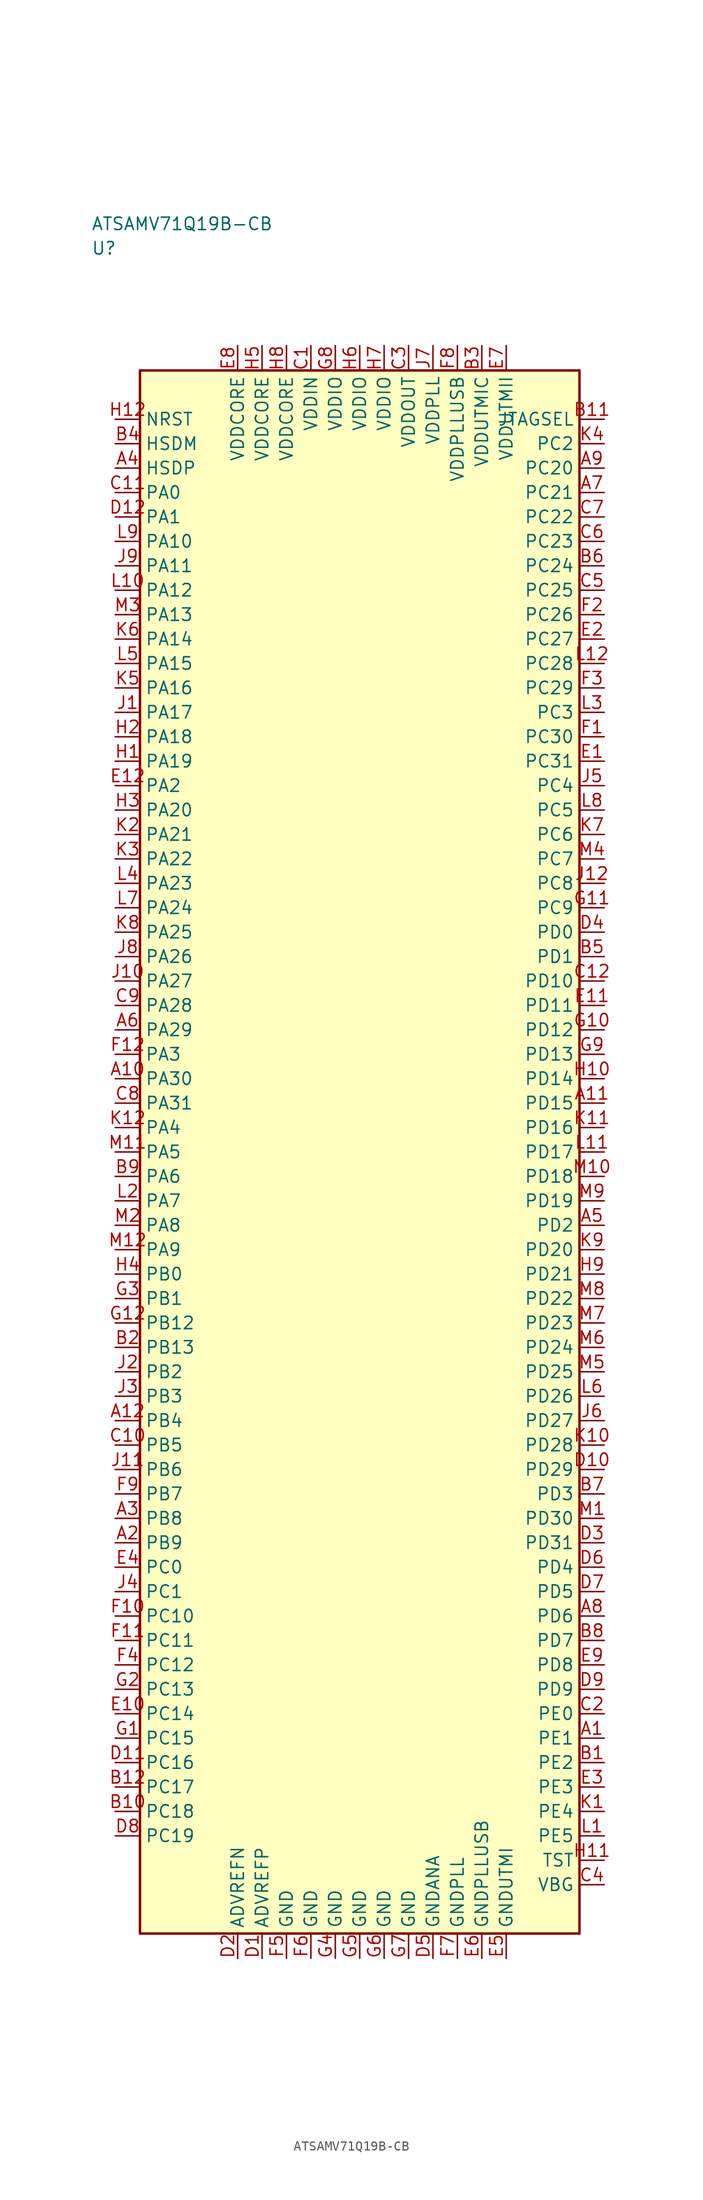
<source format=kicad_sym>
(kicad_symbol_lib
  (version 20241025)
  (generator "kicad_symbol_editor")
  (generator_version "8.0")
  (symbol "ATSAMV71Q19B-CB"
    (property "Reference" "U"
      (at -27.5 92.5 0)
      (effects (font (size 1.27 1.27)) (justify left)))
    (property "Value" "ATSAMV71Q19B-CB"
      (at -27.5 95.0 0)
      (effects (font (size 1.27 1.27)) (justify left)))
    (symbol "ATSAMV71Q19B-CB_0_1"
      (rectangle (start -22.5 80.0) (end 22.5 -80.0) (stroke (width 0.254) (type default)) (fill (type background))))
    (symbol "ATSAMV71Q19B-CB_1_1"
      (pin bidirectional line (at 25.04 -60.0 180.0) (length 2.54) (name "PE1" (effects (font (size 1.27 1.27)))) (number "A1" (effects (font (size 1.27 1.27)))))
      (pin bidirectional line (at -25.04 -40.0 0.0) (length 2.54) (name "PB9" (effects (font (size 1.27 1.27)))) (number "A2" (effects (font (size 1.27 1.27)))))
      (pin bidirectional line (at -25.04 -37.5 0.0) (length 2.54) (name "PB8" (effects (font (size 1.27 1.27)))) (number "A3" (effects (font (size 1.27 1.27)))))
      (pin bidirectional line (at -25.04 70.0 0.0) (length 2.54) (name "HSDP" (effects (font (size 1.27 1.27)))) (number "A4" (effects (font (size 1.27 1.27)))))
      (pin bidirectional line (at 25.04 -7.5 180.0) (length 2.54) (name "PD2" (effects (font (size 1.27 1.27)))) (number "A5" (effects (font (size 1.27 1.27)))))
      (pin bidirectional line (at -25.04 12.5 0.0) (length 2.54) (name "PA29" (effects (font (size 1.27 1.27)))) (number "A6" (effects (font (size 1.27 1.27)))))
      (pin bidirectional line (at 25.04 67.5 180.0) (length 2.54) (name "PC21" (effects (font (size 1.27 1.27)))) (number "A7" (effects (font (size 1.27 1.27)))))
      (pin bidirectional line (at 25.04 -47.5 180.0) (length 2.54) (name "PD6" (effects (font (size 1.27 1.27)))) (number "A8" (effects (font (size 1.27 1.27)))))
      (pin bidirectional line (at 25.04 70.0 180.0) (length 2.54) (name "PC20" (effects (font (size 1.27 1.27)))) (number "A9" (effects (font (size 1.27 1.27)))))
      (pin bidirectional line (at -25.04 7.5 0.0) (length 2.54) (name "PA30" (effects (font (size 1.27 1.27)))) (number "A10" (effects (font (size 1.27 1.27)))))
      (pin bidirectional line (at 25.04 5.0 180.0) (length 2.54) (name "PD15" (effects (font (size 1.27 1.27)))) (number "A11" (effects (font (size 1.27 1.27)))))
      (pin bidirectional line (at -25.04 -27.5 0.0) (length 2.54) (name "PB4" (effects (font (size 1.27 1.27)))) (number "A12" (effects (font (size 1.27 1.27)))))
      (pin bidirectional line (at 25.04 -62.5 180.0) (length 2.54) (name "PE2" (effects (font (size 1.27 1.27)))) (number "B1" (effects (font (size 1.27 1.27)))))
      (pin bidirectional line (at -25.04 -20.0 0.0) (length 2.54) (name "PB13" (effects (font (size 1.27 1.27)))) (number "B2" (effects (font (size 1.27 1.27)))))
      (pin power_in line (at 12.5 82.54 270.0) (length 2.54) (name "VDDUTMIC" (effects (font (size 1.27 1.27)))) (number "B3" (effects (font (size 1.27 1.27)))))
      (pin bidirectional line (at -25.04 72.5 0.0) (length 2.54) (name "HSDM" (effects (font (size 1.27 1.27)))) (number "B4" (effects (font (size 1.27 1.27)))))
      (pin bidirectional line (at 25.04 20.0 180.0) (length 2.54) (name "PD1" (effects (font (size 1.27 1.27)))) (number "B5" (effects (font (size 1.27 1.27)))))
      (pin bidirectional line (at 25.04 60.0 180.0) (length 2.54) (name "PC24" (effects (font (size 1.27 1.27)))) (number "B6" (effects (font (size 1.27 1.27)))))
      (pin bidirectional line (at 25.04 -35.0 180.0) (length 2.54) (name "PD3" (effects (font (size 1.27 1.27)))) (number "B7" (effects (font (size 1.27 1.27)))))
      (pin bidirectional line (at 25.04 -50.0 180.0) (length 2.54) (name "PD7" (effects (font (size 1.27 1.27)))) (number "B8" (effects (font (size 1.27 1.27)))))
      (pin bidirectional line (at -25.04 -2.5 0.0) (length 2.54) (name "PA6" (effects (font (size 1.27 1.27)))) (number "B9" (effects (font (size 1.27 1.27)))))
      (pin bidirectional line (at -25.04 -67.5 0.0) (length 2.54) (name "PC18" (effects (font (size 1.27 1.27)))) (number "B10" (effects (font (size 1.27 1.27)))))
      (pin output line (at 25.04 75.0 180.0) (length 2.54) (name "JTAGSEL" (effects (font (size 1.27 1.27)))) (number "B11" (effects (font (size 1.27 1.27)))))
      (pin bidirectional line (at -25.04 -65.0 0.0) (length 2.54) (name "PC17" (effects (font (size 1.27 1.27)))) (number "B12" (effects (font (size 1.27 1.27)))))
      (pin power_in line (at -5.0 82.54 270.0) (length 2.54) (name "VDDIN" (effects (font (size 1.27 1.27)))) (number "C1" (effects (font (size 1.27 1.27)))))
      (pin bidirectional line (at 25.04 -57.5 180.0) (length 2.54) (name "PE0" (effects (font (size 1.27 1.27)))) (number "C2" (effects (font (size 1.27 1.27)))))
      (pin power_in line (at 5.0 82.54 270.0) (length 2.54) (name "VDDOUT" (effects (font (size 1.27 1.27)))) (number "C3" (effects (font (size 1.27 1.27)))))
      (pin bidirectional line (at 25.04 -75.0 180.0) (length 2.54) (name "VBG" (effects (font (size 1.27 1.27)))) (number "C4" (effects (font (size 1.27 1.27)))))
      (pin bidirectional line (at 25.04 57.5 180.0) (length 2.54) (name "PC25" (effects (font (size 1.27 1.27)))) (number "C5" (effects (font (size 1.27 1.27)))))
      (pin bidirectional line (at 25.04 62.5 180.0) (length 2.54) (name "PC23" (effects (font (size 1.27 1.27)))) (number "C6" (effects (font (size 1.27 1.27)))))
      (pin bidirectional line (at 25.04 65.0 180.0) (length 2.54) (name "PC22" (effects (font (size 1.27 1.27)))) (number "C7" (effects (font (size 1.27 1.27)))))
      (pin bidirectional line (at -25.04 5.0 0.0) (length 2.54) (name "PA31" (effects (font (size 1.27 1.27)))) (number "C8" (effects (font (size 1.27 1.27)))))
      (pin bidirectional line (at -25.04 15.0 0.0) (length 2.54) (name "PA28" (effects (font (size 1.27 1.27)))) (number "C9" (effects (font (size 1.27 1.27)))))
      (pin bidirectional line (at -25.04 -30.0 0.0) (length 2.54) (name "PB5" (effects (font (size 1.27 1.27)))) (number "C10" (effects (font (size 1.27 1.27)))))
      (pin bidirectional line (at -25.04 67.5 0.0) (length 2.54) (name "PA0" (effects (font (size 1.27 1.27)))) (number "C11" (effects (font (size 1.27 1.27)))))
      (pin bidirectional line (at 25.04 17.5 180.0) (length 2.54) (name "PD10" (effects (font (size 1.27 1.27)))) (number "C12" (effects (font (size 1.27 1.27)))))
      (pin passive line (at -10.0 -82.54 90.0) (length 2.54) (name "ADVREFP" (effects (font (size 1.27 1.27)))) (number "D1" (effects (font (size 1.27 1.27)))))
      (pin passive line (at -12.5 -82.54 90.0) (length 2.54) (name "ADVREFN" (effects (font (size 1.27 1.27)))) (number "D2" (effects (font (size 1.27 1.27)))))
      (pin bidirectional line (at 25.04 -40.0 180.0) (length 2.54) (name "PD31" (effects (font (size 1.27 1.27)))) (number "D3" (effects (font (size 1.27 1.27)))))
      (pin bidirectional line (at 25.04 22.5 180.0) (length 2.54) (name "PD0" (effects (font (size 1.27 1.27)))) (number "D4" (effects (font (size 1.27 1.27)))))
      (pin passive line (at 7.5 -82.54 90.0) (length 2.54) (name "GNDANA" (effects (font (size 1.27 1.27)))) (number "D5" (effects (font (size 1.27 1.27)))))
      (pin bidirectional line (at 25.04 -42.5 180.0) (length 2.54) (name "PD4" (effects (font (size 1.27 1.27)))) (number "D6" (effects (font (size 1.27 1.27)))))
      (pin bidirectional line (at 25.04 -45.0 180.0) (length 2.54) (name "PD5" (effects (font (size 1.27 1.27)))) (number "D7" (effects (font (size 1.27 1.27)))))
      (pin bidirectional line (at -25.04 -70.0 0.0) (length 2.54) (name "PC19" (effects (font (size 1.27 1.27)))) (number "D8" (effects (font (size 1.27 1.27)))))
      (pin bidirectional line (at 25.04 -55.0 180.0) (length 2.54) (name "PD9" (effects (font (size 1.27 1.27)))) (number "D9" (effects (font (size 1.27 1.27)))))
      (pin bidirectional line (at 25.04 -32.5 180.0) (length 2.54) (name "PD29" (effects (font (size 1.27 1.27)))) (number "D10" (effects (font (size 1.27 1.27)))))
      (pin bidirectional line (at -25.04 -62.5 0.0) (length 2.54) (name "PC16" (effects (font (size 1.27 1.27)))) (number "D11" (effects (font (size 1.27 1.27)))))
      (pin bidirectional line (at -25.04 65.0 0.0) (length 2.54) (name "PA1" (effects (font (size 1.27 1.27)))) (number "D12" (effects (font (size 1.27 1.27)))))
      (pin bidirectional line (at 25.04 40.0 180.0) (length 2.54) (name "PC31" (effects (font (size 1.27 1.27)))) (number "E1" (effects (font (size 1.27 1.27)))))
      (pin bidirectional line (at 25.04 52.5 180.0) (length 2.54) (name "PC27" (effects (font (size 1.27 1.27)))) (number "E2" (effects (font (size 1.27 1.27)))))
      (pin bidirectional line (at 25.04 -65.0 180.0) (length 2.54) (name "PE3" (effects (font (size 1.27 1.27)))) (number "E3" (effects (font (size 1.27 1.27)))))
      (pin bidirectional line (at -25.04 -42.5 0.0) (length 2.54) (name "PC0" (effects (font (size 1.27 1.27)))) (number "E4" (effects (font (size 1.27 1.27)))))
      (pin passive line (at 15.0 -82.54 90.0) (length 2.54) (name "GNDUTMI" (effects (font (size 1.27 1.27)))) (number "E5" (effects (font (size 1.27 1.27)))))
      (pin passive line (at 12.5 -82.54 90.0) (length 2.54) (name "GNDPLLUSB" (effects (font (size 1.27 1.27)))) (number "E6" (effects (font (size 1.27 1.27)))))
      (pin power_in line (at 15.0 82.54 270.0) (length 2.54) (name "VDDUTMII" (effects (font (size 1.27 1.27)))) (number "E7" (effects (font (size 1.27 1.27)))))
      (pin power_in line (at -12.5 82.54 270.0) (length 2.54) (name "VDDCORE" (effects (font (size 1.27 1.27)))) (number "E8" (effects (font (size 1.27 1.27)))))
      (pin bidirectional line (at 25.04 -52.5 180.0) (length 2.54) (name "PD8" (effects (font (size 1.27 1.27)))) (number "E9" (effects (font (size 1.27 1.27)))))
      (pin bidirectional line (at -25.04 -57.5 0.0) (length 2.54) (name "PC14" (effects (font (size 1.27 1.27)))) (number "E10" (effects (font (size 1.27 1.27)))))
      (pin bidirectional line (at 25.04 15.0 180.0) (length 2.54) (name "PD11" (effects (font (size 1.27 1.27)))) (number "E11" (effects (font (size 1.27 1.27)))))
      (pin bidirectional line (at -25.04 37.5 0.0) (length 2.54) (name "PA2" (effects (font (size 1.27 1.27)))) (number "E12" (effects (font (size 1.27 1.27)))))
      (pin bidirectional line (at 25.04 42.5 180.0) (length 2.54) (name "PC30" (effects (font (size 1.27 1.27)))) (number "F1" (effects (font (size 1.27 1.27)))))
      (pin bidirectional line (at 25.04 55.0 180.0) (length 2.54) (name "PC26" (effects (font (size 1.27 1.27)))) (number "F2" (effects (font (size 1.27 1.27)))))
      (pin bidirectional line (at 25.04 47.5 180.0) (length 2.54) (name "PC29" (effects (font (size 1.27 1.27)))) (number "F3" (effects (font (size 1.27 1.27)))))
      (pin bidirectional line (at -25.04 -52.5 0.0) (length 2.54) (name "PC12" (effects (font (size 1.27 1.27)))) (number "F4" (effects (font (size 1.27 1.27)))))
      (pin passive line (at -7.5 -82.54 90.0) (length 2.54) (name "GND" (effects (font (size 1.27 1.27)))) (number "F5" (effects (font (size 1.27 1.27)))))
      (pin passive line (at -5.0 -82.54 90.0) (length 2.54) (name "GND" (effects (font (size 1.27 1.27)))) (number "F6" (effects (font (size 1.27 1.27)))))
      (pin passive line (at 10.0 -82.54 90.0) (length 2.54) (name "GNDPLL" (effects (font (size 1.27 1.27)))) (number "F7" (effects (font (size 1.27 1.27)))))
      (pin power_in line (at 10.0 82.54 270.0) (length 2.54) (name "VDDPLLUSB" (effects (font (size 1.27 1.27)))) (number "F8" (effects (font (size 1.27 1.27)))))
      (pin bidirectional line (at -25.04 -35.0 0.0) (length 2.54) (name "PB7" (effects (font (size 1.27 1.27)))) (number "F9" (effects (font (size 1.27 1.27)))))
      (pin bidirectional line (at -25.04 -47.5 0.0) (length 2.54) (name "PC10" (effects (font (size 1.27 1.27)))) (number "F10" (effects (font (size 1.27 1.27)))))
      (pin bidirectional line (at -25.04 -50.0 0.0) (length 2.54) (name "PC11" (effects (font (size 1.27 1.27)))) (number "F11" (effects (font (size 1.27 1.27)))))
      (pin bidirectional line (at -25.04 10.0 0.0) (length 2.54) (name "PA3" (effects (font (size 1.27 1.27)))) (number "F12" (effects (font (size 1.27 1.27)))))
      (pin bidirectional line (at -25.04 -60.0 0.0) (length 2.54) (name "PC15" (effects (font (size 1.27 1.27)))) (number "G1" (effects (font (size 1.27 1.27)))))
      (pin bidirectional line (at -25.04 -55.0 0.0) (length 2.54) (name "PC13" (effects (font (size 1.27 1.27)))) (number "G2" (effects (font (size 1.27 1.27)))))
      (pin bidirectional line (at -25.04 -15.0 0.0) (length 2.54) (name "PB1" (effects (font (size 1.27 1.27)))) (number "G3" (effects (font (size 1.27 1.27)))))
      (pin passive line (at -2.5 -82.54 90.0) (length 2.54) (name "GND" (effects (font (size 1.27 1.27)))) (number "G4" (effects (font (size 1.27 1.27)))))
      (pin passive line (at 0.0 -82.54 90.0) (length 2.54) (name "GND" (effects (font (size 1.27 1.27)))) (number "G5" (effects (font (size 1.27 1.27)))))
      (pin passive line (at 2.5 -82.54 90.0) (length 2.54) (name "GND" (effects (font (size 1.27 1.27)))) (number "G6" (effects (font (size 1.27 1.27)))))
      (pin passive line (at 5.0 -82.54 90.0) (length 2.54) (name "GND" (effects (font (size 1.27 1.27)))) (number "G7" (effects (font (size 1.27 1.27)))))
      (pin power_in line (at -2.5 82.54 270.0) (length 2.54) (name "VDDIO" (effects (font (size 1.27 1.27)))) (number "G8" (effects (font (size 1.27 1.27)))))
      (pin bidirectional line (at 25.04 10.0 180.0) (length 2.54) (name "PD13" (effects (font (size 1.27 1.27)))) (number "G9" (effects (font (size 1.27 1.27)))))
      (pin bidirectional line (at 25.04 12.5 180.0) (length 2.54) (name "PD12" (effects (font (size 1.27 1.27)))) (number "G10" (effects (font (size 1.27 1.27)))))
      (pin bidirectional line (at 25.04 25.0 180.0) (length 2.54) (name "PC9" (effects (font (size 1.27 1.27)))) (number "G11" (effects (font (size 1.27 1.27)))))
      (pin bidirectional line (at -25.04 -17.5 0.0) (length 2.54) (name "PB12" (effects (font (size 1.27 1.27)))) (number "G12" (effects (font (size 1.27 1.27)))))
      (pin bidirectional line (at -25.04 40.0 0.0) (length 2.54) (name "PA19" (effects (font (size 1.27 1.27)))) (number "H1" (effects (font (size 1.27 1.27)))))
      (pin bidirectional line (at -25.04 42.5 0.0) (length 2.54) (name "PA18" (effects (font (size 1.27 1.27)))) (number "H2" (effects (font (size 1.27 1.27)))))
      (pin bidirectional line (at -25.04 35.0 0.0) (length 2.54) (name "PA20" (effects (font (size 1.27 1.27)))) (number "H3" (effects (font (size 1.27 1.27)))))
      (pin bidirectional line (at -25.04 -12.5 0.0) (length 2.54) (name "PB0" (effects (font (size 1.27 1.27)))) (number "H4" (effects (font (size 1.27 1.27)))))
      (pin power_in line (at -10.0 82.54 270.0) (length 2.54) (name "VDDCORE" (effects (font (size 1.27 1.27)))) (number "H5" (effects (font (size 1.27 1.27)))))
      (pin power_in line (at 0.0 82.54 270.0) (length 2.54) (name "VDDIO" (effects (font (size 1.27 1.27)))) (number "H6" (effects (font (size 1.27 1.27)))))
      (pin power_in line (at 2.5 82.54 270.0) (length 2.54) (name "VDDIO" (effects (font (size 1.27 1.27)))) (number "H7" (effects (font (size 1.27 1.27)))))
      (pin power_in line (at -7.5 82.54 270.0) (length 2.54) (name "VDDCORE" (effects (font (size 1.27 1.27)))) (number "H8" (effects (font (size 1.27 1.27)))))
      (pin bidirectional line (at 25.04 -12.5 180.0) (length 2.54) (name "PD21" (effects (font (size 1.27 1.27)))) (number "H9" (effects (font (size 1.27 1.27)))))
      (pin bidirectional line (at 25.04 7.5 180.0) (length 2.54) (name "PD14" (effects (font (size 1.27 1.27)))) (number "H10" (effects (font (size 1.27 1.27)))))
      (pin bidirectional line (at 25.04 -72.5 180.0) (length 2.54) (name "TST" (effects (font (size 1.27 1.27)))) (number "H11" (effects (font (size 1.27 1.27)))))
      (pin input line (at -25.04 75.0 0.0) (length 2.54) (name "NRST" (effects (font (size 1.27 1.27)))) (number "H12" (effects (font (size 1.27 1.27)))))
      (pin bidirectional line (at -25.04 45.0 0.0) (length 2.54) (name "PA17" (effects (font (size 1.27 1.27)))) (number "J1" (effects (font (size 1.27 1.27)))))
      (pin bidirectional line (at -25.04 -22.5 0.0) (length 2.54) (name "PB2" (effects (font (size 1.27 1.27)))) (number "J2" (effects (font (size 1.27 1.27)))))
      (pin bidirectional line (at -25.04 -25.0 0.0) (length 2.54) (name "PB3" (effects (font (size 1.27 1.27)))) (number "J3" (effects (font (size 1.27 1.27)))))
      (pin bidirectional line (at -25.04 -45.0 0.0) (length 2.54) (name "PC1" (effects (font (size 1.27 1.27)))) (number "J4" (effects (font (size 1.27 1.27)))))
      (pin bidirectional line (at 25.04 37.5 180.0) (length 2.54) (name "PC4" (effects (font (size 1.27 1.27)))) (number "J5" (effects (font (size 1.27 1.27)))))
      (pin bidirectional line (at 25.04 -27.5 180.0) (length 2.54) (name "PD27" (effects (font (size 1.27 1.27)))) (number "J6" (effects (font (size 1.27 1.27)))))
      (pin power_in line (at 7.5 82.54 270.0) (length 2.54) (name "VDDPLL" (effects (font (size 1.27 1.27)))) (number "J7" (effects (font (size 1.27 1.27)))))
      (pin bidirectional line (at -25.04 20.0 0.0) (length 2.54) (name "PA26" (effects (font (size 1.27 1.27)))) (number "J8" (effects (font (size 1.27 1.27)))))
      (pin bidirectional line (at -25.04 60.0 0.0) (length 2.54) (name "PA11" (effects (font (size 1.27 1.27)))) (number "J9" (effects (font (size 1.27 1.27)))))
      (pin bidirectional line (at -25.04 17.5 0.0) (length 2.54) (name "PA27" (effects (font (size 1.27 1.27)))) (number "J10" (effects (font (size 1.27 1.27)))))
      (pin bidirectional line (at -25.04 -32.5 0.0) (length 2.54) (name "PB6" (effects (font (size 1.27 1.27)))) (number "J11" (effects (font (size 1.27 1.27)))))
      (pin bidirectional line (at 25.04 27.5 180.0) (length 2.54) (name "PC8" (effects (font (size 1.27 1.27)))) (number "J12" (effects (font (size 1.27 1.27)))))
      (pin bidirectional line (at 25.04 -67.5 180.0) (length 2.54) (name "PE4" (effects (font (size 1.27 1.27)))) (number "K1" (effects (font (size 1.27 1.27)))))
      (pin bidirectional line (at -25.04 32.5 0.0) (length 2.54) (name "PA21" (effects (font (size 1.27 1.27)))) (number "K2" (effects (font (size 1.27 1.27)))))
      (pin bidirectional line (at -25.04 30.0 0.0) (length 2.54) (name "PA22" (effects (font (size 1.27 1.27)))) (number "K3" (effects (font (size 1.27 1.27)))))
      (pin bidirectional line (at 25.04 72.5 180.0) (length 2.54) (name "PC2" (effects (font (size 1.27 1.27)))) (number "K4" (effects (font (size 1.27 1.27)))))
      (pin bidirectional line (at -25.04 47.5 0.0) (length 2.54) (name "PA16" (effects (font (size 1.27 1.27)))) (number "K5" (effects (font (size 1.27 1.27)))))
      (pin bidirectional line (at -25.04 52.5 0.0) (length 2.54) (name "PA14" (effects (font (size 1.27 1.27)))) (number "K6" (effects (font (size 1.27 1.27)))))
      (pin bidirectional line (at 25.04 32.5 180.0) (length 2.54) (name "PC6" (effects (font (size 1.27 1.27)))) (number "K7" (effects (font (size 1.27 1.27)))))
      (pin bidirectional line (at -25.04 22.5 0.0) (length 2.54) (name "PA25" (effects (font (size 1.27 1.27)))) (number "K8" (effects (font (size 1.27 1.27)))))
      (pin bidirectional line (at 25.04 -10.0 180.0) (length 2.54) (name "PD20" (effects (font (size 1.27 1.27)))) (number "K9" (effects (font (size 1.27 1.27)))))
      (pin bidirectional line (at 25.04 -30.0 180.0) (length 2.54) (name "PD28" (effects (font (size 1.27 1.27)))) (number "K10" (effects (font (size 1.27 1.27)))))
      (pin bidirectional line (at 25.04 2.5 180.0) (length 2.54) (name "PD16" (effects (font (size 1.27 1.27)))) (number "K11" (effects (font (size 1.27 1.27)))))
      (pin bidirectional line (at -25.04 2.5 0.0) (length 2.54) (name "PA4" (effects (font (size 1.27 1.27)))) (number "K12" (effects (font (size 1.27 1.27)))))
      (pin bidirectional line (at 25.04 -70.0 180.0) (length 2.54) (name "PE5" (effects (font (size 1.27 1.27)))) (number "L1" (effects (font (size 1.27 1.27)))))
      (pin bidirectional line (at -25.04 -5.0 0.0) (length 2.54) (name "PA7" (effects (font (size 1.27 1.27)))) (number "L2" (effects (font (size 1.27 1.27)))))
      (pin bidirectional line (at 25.04 45.0 180.0) (length 2.54) (name "PC3" (effects (font (size 1.27 1.27)))) (number "L3" (effects (font (size 1.27 1.27)))))
      (pin bidirectional line (at -25.04 27.5 0.0) (length 2.54) (name "PA23" (effects (font (size 1.27 1.27)))) (number "L4" (effects (font (size 1.27 1.27)))))
      (pin bidirectional line (at -25.04 50.0 0.0) (length 2.54) (name "PA15" (effects (font (size 1.27 1.27)))) (number "L5" (effects (font (size 1.27 1.27)))))
      (pin bidirectional line (at 25.04 -25.0 180.0) (length 2.54) (name "PD26" (effects (font (size 1.27 1.27)))) (number "L6" (effects (font (size 1.27 1.27)))))
      (pin bidirectional line (at -25.04 25.0 0.0) (length 2.54) (name "PA24" (effects (font (size 1.27 1.27)))) (number "L7" (effects (font (size 1.27 1.27)))))
      (pin bidirectional line (at 25.04 35.0 180.0) (length 2.54) (name "PC5" (effects (font (size 1.27 1.27)))) (number "L8" (effects (font (size 1.27 1.27)))))
      (pin bidirectional line (at -25.04 62.5 0.0) (length 2.54) (name "PA10" (effects (font (size 1.27 1.27)))) (number "L9" (effects (font (size 1.27 1.27)))))
      (pin bidirectional line (at -25.04 57.5 0.0) (length 2.54) (name "PA12" (effects (font (size 1.27 1.27)))) (number "L10" (effects (font (size 1.27 1.27)))))
      (pin bidirectional line (at 25.04 0.0 180.0) (length 2.54) (name "PD17" (effects (font (size 1.27 1.27)))) (number "L11" (effects (font (size 1.27 1.27)))))
      (pin bidirectional line (at 25.04 50.0 180.0) (length 2.54) (name "PC28" (effects (font (size 1.27 1.27)))) (number "L12" (effects (font (size 1.27 1.27)))))
      (pin bidirectional line (at 25.04 -37.5 180.0) (length 2.54) (name "PD30" (effects (font (size 1.27 1.27)))) (number "M1" (effects (font (size 1.27 1.27)))))
      (pin bidirectional line (at -25.04 -7.5 0.0) (length 2.54) (name "PA8" (effects (font (size 1.27 1.27)))) (number "M2" (effects (font (size 1.27 1.27)))))
      (pin bidirectional line (at -25.04 55.0 0.0) (length 2.54) (name "PA13" (effects (font (size 1.27 1.27)))) (number "M3" (effects (font (size 1.27 1.27)))))
      (pin bidirectional line (at 25.04 30.0 180.0) (length 2.54) (name "PC7" (effects (font (size 1.27 1.27)))) (number "M4" (effects (font (size 1.27 1.27)))))
      (pin bidirectional line (at 25.04 -22.5 180.0) (length 2.54) (name "PD25" (effects (font (size 1.27 1.27)))) (number "M5" (effects (font (size 1.27 1.27)))))
      (pin bidirectional line (at 25.04 -20.0 180.0) (length 2.54) (name "PD24" (effects (font (size 1.27 1.27)))) (number "M6" (effects (font (size 1.27 1.27)))))
      (pin bidirectional line (at 25.04 -17.5 180.0) (length 2.54) (name "PD23" (effects (font (size 1.27 1.27)))) (number "M7" (effects (font (size 1.27 1.27)))))
      (pin bidirectional line (at 25.04 -15.0 180.0) (length 2.54) (name "PD22" (effects (font (size 1.27 1.27)))) (number "M8" (effects (font (size 1.27 1.27)))))
      (pin bidirectional line (at 25.04 -5.0 180.0) (length 2.54) (name "PD19" (effects (font (size 1.27 1.27)))) (number "M9" (effects (font (size 1.27 1.27)))))
      (pin bidirectional line (at 25.04 -2.5 180.0) (length 2.54) (name "PD18" (effects (font (size 1.27 1.27)))) (number "M10" (effects (font (size 1.27 1.27)))))
      (pin bidirectional line (at -25.04 0.0 0.0) (length 2.54) (name "PA5" (effects (font (size 1.27 1.27)))) (number "M11" (effects (font (size 1.27 1.27)))))
      (pin bidirectional line (at -25.04 -10.0 0.0) (length 2.54) (name "PA9" (effects (font (size 1.27 1.27)))) (number "M12" (effects (font (size 1.27 1.27))))))))
</source>
